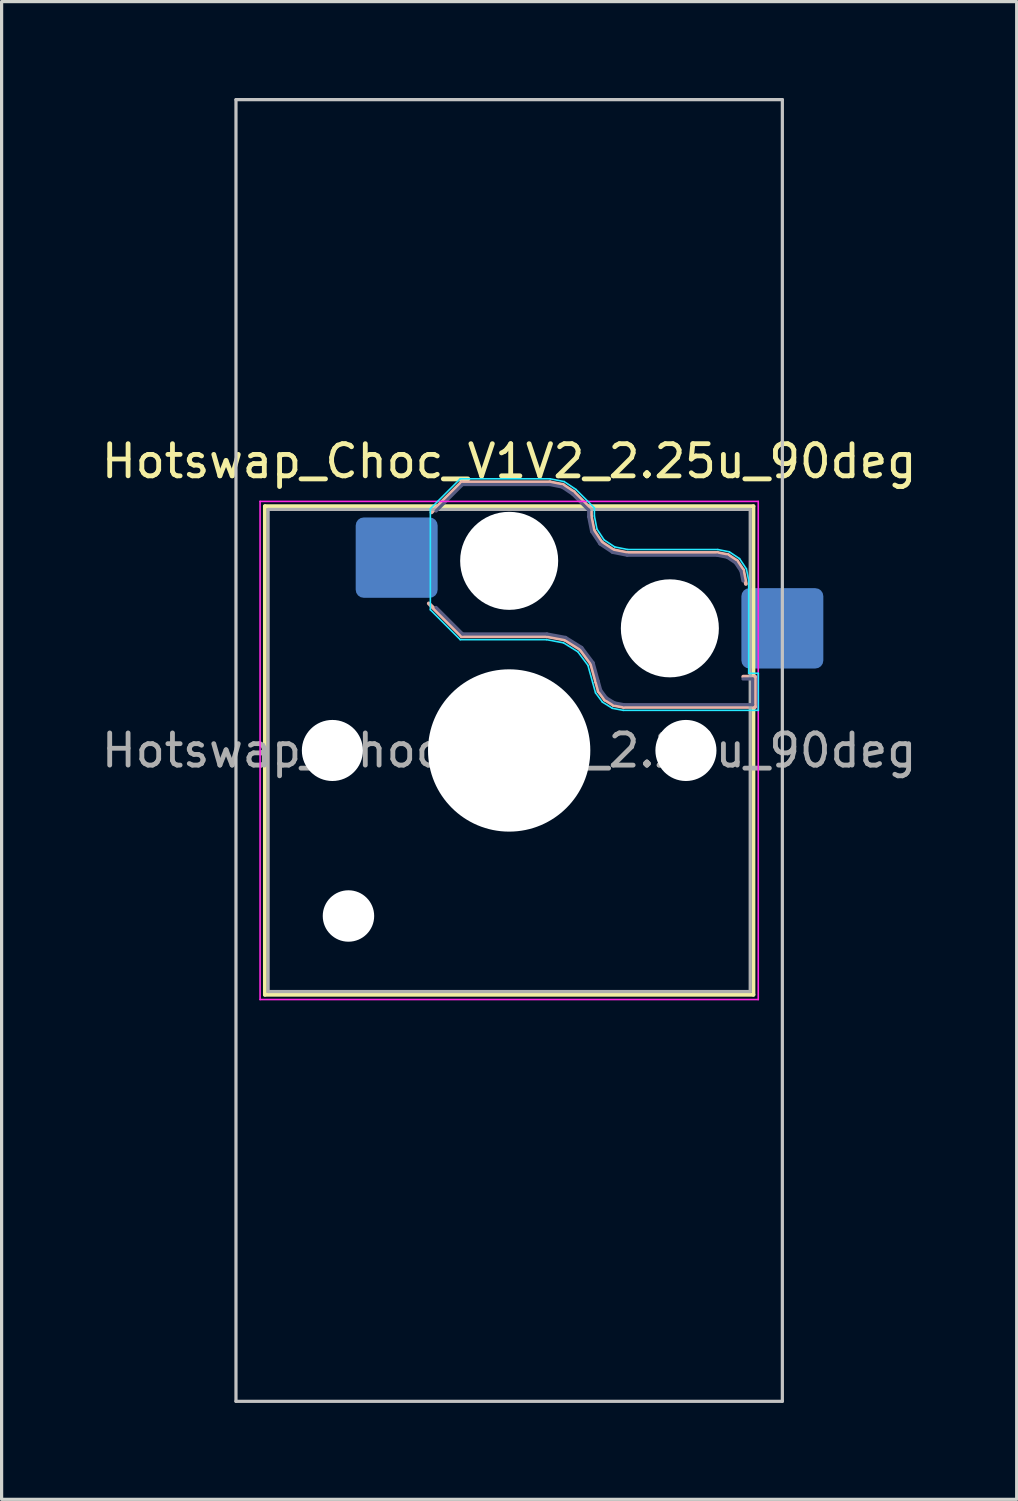
<source format=kicad_pcb>
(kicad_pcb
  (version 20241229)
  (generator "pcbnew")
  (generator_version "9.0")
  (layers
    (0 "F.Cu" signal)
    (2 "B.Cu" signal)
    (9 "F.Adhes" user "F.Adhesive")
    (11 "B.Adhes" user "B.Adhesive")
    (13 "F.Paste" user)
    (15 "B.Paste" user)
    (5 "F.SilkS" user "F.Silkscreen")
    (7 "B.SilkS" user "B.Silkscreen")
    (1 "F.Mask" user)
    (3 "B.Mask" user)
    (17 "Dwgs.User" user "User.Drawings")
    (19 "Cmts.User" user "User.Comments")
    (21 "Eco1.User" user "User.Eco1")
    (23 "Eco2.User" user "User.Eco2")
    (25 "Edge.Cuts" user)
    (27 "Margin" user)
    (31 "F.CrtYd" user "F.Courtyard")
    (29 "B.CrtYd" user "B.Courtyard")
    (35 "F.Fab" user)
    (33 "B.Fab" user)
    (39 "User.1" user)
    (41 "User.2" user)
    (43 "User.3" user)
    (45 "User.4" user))
  (footprint "Hotswap_Choc_V1V2_2.25u_90deg"
    (layer "F.Cu")
    (at 12.792 20.3)
    (property "Reference" "Hotswap_Choc_V1V2_2.25u_90deg" (at 0 -9 0) (layer "F.SilkS") (effects (font (size 1 1) (thickness 0.15))))
    (attr smd)
    (fp_line (start -7.6 -7.6) (end -7.6 7.6) (stroke (width 0.12) (type solid)) (layer "F.SilkS"))
    (fp_line (start -7.6 7.6) (end 7.6 7.6) (stroke (width 0.12) (type solid)) (layer "F.SilkS"))
    (fp_line (start 7.6 -7.6) (end -7.6 -7.6) (stroke (width 0.12) (type solid)) (layer "F.SilkS"))
    (fp_line (start 7.6 7.6) (end 7.6 -7.6) (stroke (width 0.12) (type solid)) (layer "F.SilkS"))
    (fp_line (start -2.416 -7.409) (end -1.479 -8.346) (stroke (width 0.12) (type solid)) (layer "B.SilkS"))
    (fp_line (start -1.479 -8.346) (end 1.268 -8.346) (stroke (width 0.12) (type solid)) (layer "B.SilkS"))
    (fp_line (start -1.479 -3.554) (end -2.5 -4.575) (stroke (width 0.12) (type solid)) (layer "B.SilkS"))
    (fp_line (start 1.168 -3.554) (end -1.479 -3.554) (stroke (width 0.12) (type solid)) (layer "B.SilkS"))
    (fp_line (start 1.268 -8.346) (end 1.671 -8.266) (stroke (width 0.12) (type solid)) (layer "B.SilkS"))
    (fp_line (start 1.671 -8.266) (end 2.013 -8.037) (stroke (width 0.12) (type solid)) (layer "B.SilkS"))
    (fp_line (start 1.73 -3.449) (end 1.168 -3.554) (stroke (width 0.12) (type solid)) (layer "B.SilkS"))
    (fp_line (start 2.013 -8.037) (end 2.546 -7.504) (stroke (width 0.12) (type solid)) (layer "B.SilkS"))
    (fp_line (start 2.209 -3.15) (end 1.73 -3.449) (stroke (width 0.12) (type solid)) (layer "B.SilkS"))
    (fp_line (start 2.546 -7.504) (end 2.546 -7.282) (stroke (width 0.12) (type solid)) (layer "B.SilkS"))
    (fp_line (start 2.546 -7.282) (end 2.633 -6.844) (stroke (width 0.12) (type solid)) (layer "B.SilkS"))
    (fp_line (start 2.547 -2.697) (end 2.209 -3.15) (stroke (width 0.12) (type solid)) (layer "B.SilkS"))
    (fp_line (start 2.633 -6.844) (end 2.877 -6.477) (stroke (width 0.12) (type solid)) (layer "B.SilkS"))
    (fp_line (start 2.701 -2.139) (end 2.547 -2.697) (stroke (width 0.12) (type solid)) (layer "B.SilkS"))
    (fp_line (start 2.783 -1.841) (end 2.701 -2.139) (stroke (width 0.12) (type solid)) (layer "B.SilkS"))
    (fp_line (start 2.877 -6.477) (end 3.244 -6.233) (stroke (width 0.12) (type solid)) (layer "B.SilkS"))
    (fp_line (start 2.976 -1.583) (end 2.783 -1.841) (stroke (width 0.12) (type solid)) (layer "B.SilkS"))
    (fp_line (start 3.244 -6.233) (end 3.682 -6.146) (stroke (width 0.12) (type solid)) (layer "B.SilkS"))
    (fp_line (start 3.25 -1.413) (end 2.976 -1.583) (stroke (width 0.12) (type solid)) (layer "B.SilkS"))
    (fp_line (start 3.56 -1.354) (end 3.25 -1.413) (stroke (width 0.12) (type solid)) (layer "B.SilkS"))
    (fp_line (start 3.682 -6.146) (end 6.482 -6.146) (stroke (width 0.12) (type solid)) (layer "B.SilkS"))
    (fp_line (start 6.482 -6.146) (end 6.809 -6.081) (stroke (width 0.12) (type solid)) (layer "B.SilkS"))
    (fp_line (start 6.809 -6.081) (end 7.092 -5.892) (stroke (width 0.12) (type solid)) (layer "B.SilkS"))
    (fp_line (start 7.092 -5.892) (end 7.281 -5.609) (stroke (width 0.12) (type solid)) (layer "B.SilkS"))
    (fp_line (start 7.281 -5.609) (end 7.366 -5.182) (stroke (width 0.12) (type solid)) (layer "B.SilkS"))
    (fp_line (start 7.283 -2.296) (end 7.646 -2.296) (stroke (width 0.12) (type solid)) (layer "B.SilkS"))
    (fp_line (start 7.646 -2.296) (end 7.646 -1.354) (stroke (width 0.12) (type solid)) (layer "B.SilkS"))
    (fp_line (start 7.646 -1.354) (end 3.56 -1.354) (stroke (width 0.12) (type solid)) (layer "B.SilkS"))
    (fp_line (start -8.5 -20.25) (end 8.5 -20.25) (stroke (width 0.1) (type solid)) (layer "Dwgs.User"))
    (fp_line (start -8.5 20.25) (end -8.5 -20.25) (stroke (width 0.1) (type solid)) (layer "Dwgs.User"))
    (fp_line (start 8.5 -20.25) (end 8.5 20.25) (stroke (width 0.1) (type solid)) (layer "Dwgs.User"))
    (fp_line (start 8.5 20.25) (end -8.5 20.25) (stroke (width 0.1) (type solid)) (layer "Dwgs.User"))
    (fp_line (start -7.25 -7.25) (end -7.25 7.25) (stroke (width 0.1) (type solid)) (layer "Eco1.User"))
    (fp_line (start -7.25 7.25) (end 7.25 7.25) (stroke (width 0.1) (type solid)) (layer "Eco1.User"))
    (fp_line (start 7.25 -7.25) (end -7.25 -7.25) (stroke (width 0.1) (type solid)) (layer "Eco1.User"))
    (fp_line (start 7.25 7.25) (end 7.25 -7.25) (stroke (width 0.1) (type solid)) (layer "Eco1.User"))
    (fp_line (start -2.452 -7.523) (end -1.523 -8.452) (stroke (width 0.05) (type solid)) (layer "B.CrtYd"))
    (fp_line (start -2.452 -4.377) (end -2.452 -7.523) (stroke (width 0.05) (type solid)) (layer "B.CrtYd"))
    (fp_line (start -1.523 -8.452) (end 1.278 -8.452) (stroke (width 0.05) (type solid)) (layer "B.CrtYd"))
    (fp_line (start -1.523 -3.448) (end -2.452 -4.377) (stroke (width 0.05) (type solid)) (layer "B.CrtYd"))
    (fp_line (start 1.159 -3.448) (end -1.523 -3.448) (stroke (width 0.05) (type solid)) (layer "B.CrtYd"))
    (fp_line (start 1.278 -8.452) (end 1.712 -8.366) (stroke (width 0.05) (type solid)) (layer "B.CrtYd"))
    (fp_line (start 1.691 -3.348) (end 1.159 -3.448) (stroke (width 0.05) (type solid)) (layer "B.CrtYd"))
    (fp_line (start 1.712 -8.366) (end 2.081 -8.119) (stroke (width 0.05) (type solid)) (layer "B.CrtYd"))
    (fp_line (start 2.081 -8.119) (end 2.652 -7.548) (stroke (width 0.05) (type solid)) (layer "B.CrtYd"))
    (fp_line (start 2.136 -3.071) (end 1.691 -3.348) (stroke (width 0.05) (type solid)) (layer "B.CrtYd"))
    (fp_line (start 2.45 -2.65) (end 2.136 -3.071) (stroke (width 0.05) (type solid)) (layer "B.CrtYd"))
    (fp_line (start 2.599 -2.111) (end 2.45 -2.65) (stroke (width 0.05) (type solid)) (layer "B.CrtYd"))
    (fp_line (start 2.652 -7.548) (end 2.652 -7.292) (stroke (width 0.05) (type solid)) (layer "B.CrtYd"))
    (fp_line (start 2.652 -7.292) (end 2.733 -6.885) (stroke (width 0.05) (type solid)) (layer "B.CrtYd"))
    (fp_line (start 2.687 -1.794) (end 2.599 -2.111) (stroke (width 0.05) (type solid)) (layer "B.CrtYd"))
    (fp_line (start 2.733 -6.885) (end 2.953 -6.553) (stroke (width 0.05) (type solid)) (layer "B.CrtYd"))
    (fp_line (start 2.903 -1.503) (end 2.687 -1.794) (stroke (width 0.05) (type solid)) (layer "B.CrtYd"))
    (fp_line (start 2.953 -6.553) (end 3.285 -6.333) (stroke (width 0.05) (type solid)) (layer "B.CrtYd"))
    (fp_line (start 3.211 -1.312) (end 2.903 -1.503) (stroke (width 0.05) (type solid)) (layer "B.CrtYd"))
    (fp_line (start 3.285 -6.333) (end 3.692 -6.252) (stroke (width 0.05) (type solid)) (layer "B.CrtYd"))
    (fp_line (start 3.55 -1.248) (end 3.211 -1.312) (stroke (width 0.05) (type solid)) (layer "B.CrtYd"))
    (fp_line (start 3.692 -6.252) (end 6.492 -6.252) (stroke (width 0.05) (type solid)) (layer "B.CrtYd"))
    (fp_line (start 6.492 -6.252) (end 6.85 -6.181) (stroke (width 0.05) (type solid)) (layer "B.CrtYd"))
    (fp_line (start 6.85 -6.181) (end 7.168 -5.968) (stroke (width 0.05) (type solid)) (layer "B.CrtYd"))
    (fp_line (start 7.168 -5.968) (end 7.381 -5.65) (stroke (width 0.05) (type solid)) (layer "B.CrtYd"))
    (fp_line (start 7.381 -5.65) (end 7.452 -5.292) (stroke (width 0.05) (type solid)) (layer "B.CrtYd"))
    (fp_line (start 7.452 -5.292) (end 7.452 -2.402) (stroke (width 0.05) (type solid)) (layer "B.CrtYd"))
    (fp_line (start 7.452 -2.402) (end 7.752 -2.402) (stroke (width 0.05) (type solid)) (layer "B.CrtYd"))
    (fp_line (start 7.752 -2.402) (end 7.752 -1.248) (stroke (width 0.05) (type solid)) (layer "B.CrtYd"))
    (fp_line (start 7.752 -1.248) (end 3.55 -1.248) (stroke (width 0.05) (type solid)) (layer "B.CrtYd"))
    (fp_line (start -7.75 -7.75) (end -7.75 7.75) (stroke (width 0.05) (type solid)) (layer "F.CrtYd"))
    (fp_line (start -7.75 7.75) (end 7.75 7.75) (stroke (width 0.05) (type solid)) (layer "F.CrtYd"))
    (fp_line (start 7.75 -7.75) (end -7.75 -7.75) (stroke (width 0.05) (type solid)) (layer "F.CrtYd"))
    (fp_line (start 7.75 7.75) (end 7.75 -7.75) (stroke (width 0.05) (type solid)) (layer "F.CrtYd"))
    (fp_line (start -2.275 -7.45) (end -1.45 -8.275) (stroke (width 0.1) (type solid)) (layer "B.Fab"))
    (fp_line (start -1.45 -8.275) (end 1.261 -8.275) (stroke (width 0.1) (type solid)) (layer "B.Fab"))
    (fp_line (start -1.45 -3.625) (end -2.275 -4.45) (stroke (width 0.1) (type solid)) (layer "B.Fab"))
    (fp_line (start 1.175 -3.625) (end -1.45 -3.625) (stroke (width 0.1) (type solid)) (layer "B.Fab"))
    (fp_line (start 1.261 -8.275) (end 1.643 -8.199) (stroke (width 0.1) (type solid)) (layer "B.Fab"))
    (fp_line (start 1.643 -8.199) (end 1.968 -7.982) (stroke (width 0.1) (type solid)) (layer "B.Fab"))
    (fp_line (start 1.756 -3.516) (end 1.175 -3.625) (stroke (width 0.1) (type solid)) (layer "B.Fab"))
    (fp_line (start 1.968 -7.982) (end 2.475 -7.475) (stroke (width 0.1) (type solid)) (layer "B.Fab"))
    (fp_line (start 2.258 -3.203) (end 1.756 -3.516) (stroke (width 0.1) (type solid)) (layer "B.Fab"))
    (fp_line (start 2.475 -7.475) (end 2.475 -7.275) (stroke (width 0.1) (type solid)) (layer "B.Fab"))
    (fp_line (start 2.475 -7.275) (end 2.566 -6.816) (stroke (width 0.1) (type solid)) (layer "B.Fab"))
    (fp_line (start 2.566 -6.816) (end 2.826 -6.426) (stroke (width 0.1) (type solid)) (layer "B.Fab"))
    (fp_line (start 2.612 -2.729) (end 2.258 -3.203) (stroke (width 0.1) (type solid)) (layer "B.Fab"))
    (fp_line (start 2.769 -2.158) (end 2.612 -2.729) (stroke (width 0.1) (type solid)) (layer "B.Fab"))
    (fp_line (start 2.826 -6.426) (end 3.216 -6.166) (stroke (width 0.1) (type solid)) (layer "B.Fab"))
    (fp_line (start 2.848 -1.873) (end 2.769 -2.158) (stroke (width 0.1) (type solid)) (layer "B.Fab"))
    (fp_line (start 3.025 -1.636) (end 2.848 -1.873) (stroke (width 0.1) (type solid)) (layer "B.Fab"))
    (fp_line (start 3.216 -6.166) (end 3.675 -6.075) (stroke (width 0.1) (type solid)) (layer "B.Fab"))
    (fp_line (start 3.276 -1.48) (end 3.025 -1.636) (stroke (width 0.1) (type solid)) (layer "B.Fab"))
    (fp_line (start 3.567 -1.425) (end 3.276 -1.48) (stroke (width 0.1) (type solid)) (layer "B.Fab"))
    (fp_line (start 3.675 -6.075) (end 6.475 -6.075) (stroke (width 0.1) (type solid)) (layer "B.Fab"))
    (fp_line (start 6.475 -6.075) (end 6.781 -6.014) (stroke (width 0.1) (type solid)) (layer "B.Fab"))
    (fp_line (start 6.781 -6.014) (end 7.041 -5.841) (stroke (width 0.1) (type solid)) (layer "B.Fab"))
    (fp_line (start 7.041 -5.841) (end 7.214 -5.581) (stroke (width 0.1) (type solid)) (layer "B.Fab"))
    (fp_line (start 7.214 -5.581) (end 7.275 -5.275) (stroke (width 0.1) (type solid)) (layer "B.Fab"))
    (fp_line (start 7.275 -2.225) (end 7.575 -2.225) (stroke (width 0.1) (type solid)) (layer "B.Fab"))
    (fp_line (start 7.575 -2.225) (end 7.575 -1.425) (stroke (width 0.1) (type solid)) (layer "B.Fab"))
    (fp_line (start 7.575 -1.425) (end 3.567 -1.425) (stroke (width 0.1) (type solid)) (layer "B.Fab"))
    (fp_line (start -7.5 -7.5) (end -7.5 7.5) (stroke (width 0.1) (type solid)) (layer "F.Fab"))
    (fp_line (start -7.5 7.5) (end 7.5 7.5) (stroke (width 0.1) (type solid)) (layer "F.Fab"))
    (fp_line (start 7.5 -7.5) (end -7.5 -7.5) (stroke (width 0.1) (type solid)) (layer "F.Fab"))
    (fp_line (start 7.5 7.5) (end 7.5 -7.5) (stroke (width 0.1) (type solid)) (layer "F.Fab"))
    (fp_text user "${REFERENCE}" (at 0 0 0) (layer "F.Fab") (effects (font (size 1 1) (thickness 0.15))))
    (pad "" np_thru_hole circle (at -5.5 0) (size 1.9 1.9) (drill 1.9) (layers "*.Cu" "*.Mask"))
    (pad "" np_thru_hole circle (at -5 5.15) (size 1.6 1.6) (drill 1.6) (layers "*.Cu" "*.Mask"))
    (pad "" np_thru_hole circle (at 0 -5.9) (size 3.05 3.05) (drill 3.05) (layers "*.Cu" "*.Mask"))
    (pad "" np_thru_hole circle (at 0 0) (size 5.05 5.05) (drill 5.05) (layers "*.Cu" "*.Mask"))
    (pad "" np_thru_hole circle (at 5 -3.8) (size 3.05 3.05) (drill 3.05) (layers "*.Cu" "*.Mask"))
    (pad "" np_thru_hole circle (at 5.5 0) (size 1.9 1.9) (drill 1.9) (layers "*.Cu" "*.Mask"))
    (pad "1" smd roundrect (at -3.5 -6) (size 2.55 2.5) (layers "B.Cu" "B.Mask" "B.Paste") (roundrect_rratio 0.1))
    (pad "2" smd roundrect (at 8.5 -3.8) (size 2.55 2.5) (layers "B.Cu" "B.Mask" "B.Paste") (roundrect_rratio 0.1)))
  (gr_rect
    (start -3 -3)
    (end 28.583 43.6)
    (stroke (width 0.1) (type default))
    (fill no)
    (layer "Edge.Cuts")))
</source>
